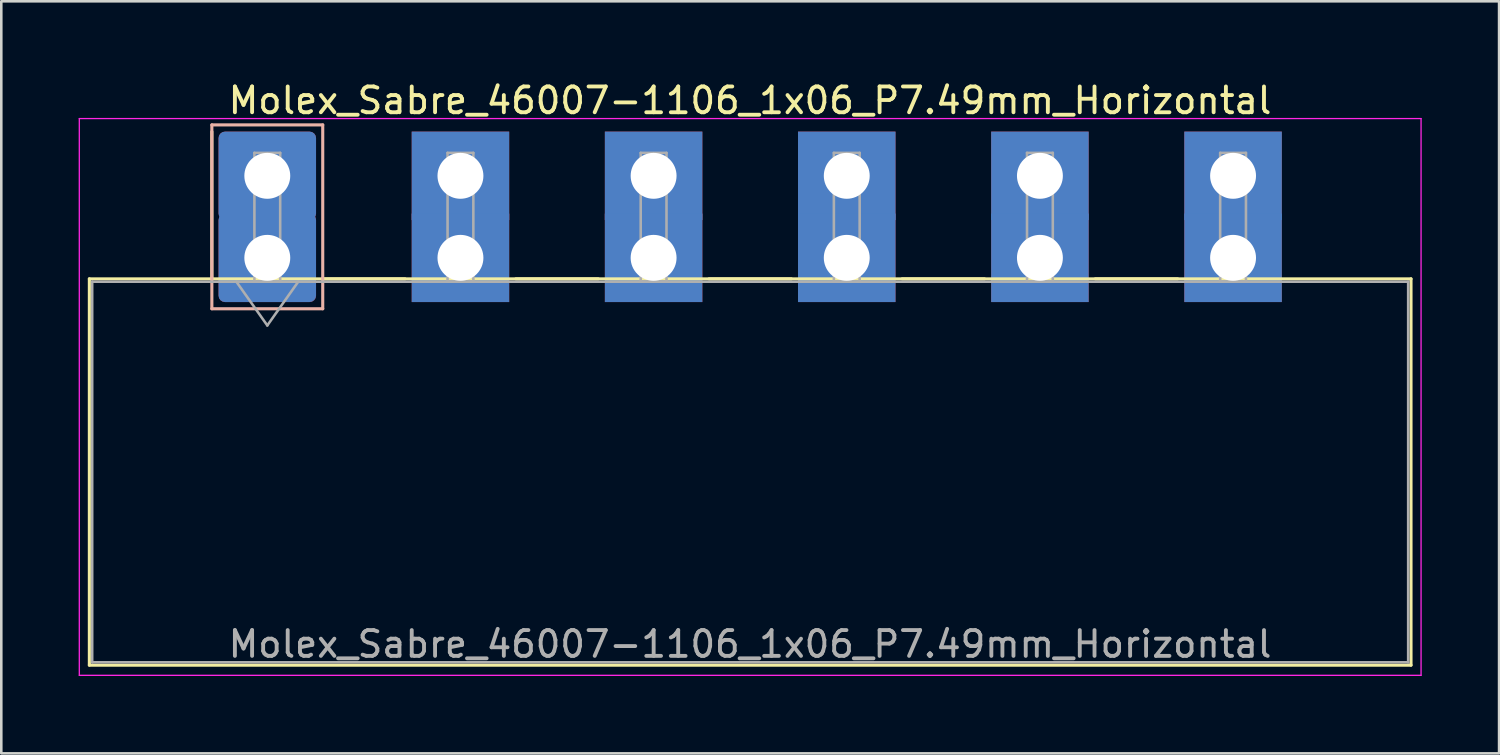
<source format=kicad_pcb>
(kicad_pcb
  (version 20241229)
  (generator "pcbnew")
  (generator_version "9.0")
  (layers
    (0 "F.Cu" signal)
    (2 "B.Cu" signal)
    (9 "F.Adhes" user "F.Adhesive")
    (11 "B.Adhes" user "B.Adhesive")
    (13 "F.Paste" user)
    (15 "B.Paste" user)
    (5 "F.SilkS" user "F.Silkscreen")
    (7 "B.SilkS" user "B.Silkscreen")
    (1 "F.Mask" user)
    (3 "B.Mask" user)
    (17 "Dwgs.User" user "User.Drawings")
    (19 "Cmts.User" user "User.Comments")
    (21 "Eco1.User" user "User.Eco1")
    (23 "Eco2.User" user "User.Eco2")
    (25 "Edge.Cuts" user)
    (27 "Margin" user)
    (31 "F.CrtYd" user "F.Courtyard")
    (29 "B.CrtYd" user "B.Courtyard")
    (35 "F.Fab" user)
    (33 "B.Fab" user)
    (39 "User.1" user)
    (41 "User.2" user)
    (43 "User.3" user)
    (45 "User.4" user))
  (footprint "Molex_Sabre_46007-1106_1x06_P7.49mm_Horizontal"
    (layer "F.Cu")
    (at 7.315 6.948)
    (property "Reference" "Molex_Sabre_46007-1106_1x06_P7.49mm_Horizontal" (at 18.72 -6.1 0) (layer "F.SilkS") (effects (font (size 1 1) (thickness 0.15))))
    (attr through_hole)
    (fp_line (start -6.9 0.815) (end -6.9 15.795) (stroke (width 0.12) (type solid)) (layer "F.SilkS"))
    (fp_line (start -6.9 15.795) (end 44.35 15.795) (stroke (width 0.12) (type solid)) (layer "F.SilkS"))
    (fp_line (start -2.15 0.815) (end -2.15 -4.895) (stroke (width 0.12) (type solid)) (layer "F.SilkS"))
    (fp_line (start 2.15 0.815) (end 5.34 0.815) (stroke (width 0.12) (type solid)) (layer "F.SilkS"))
    (fp_line (start 9.64 0.815) (end 12.83 0.815) (stroke (width 0.12) (type solid)) (layer "F.SilkS"))
    (fp_line (start 17.13 0.815) (end 20.32 0.815) (stroke (width 0.12) (type solid)) (layer "F.SilkS"))
    (fp_line (start 24.62 0.815) (end 27.81 0.815) (stroke (width 0.12) (type solid)) (layer "F.SilkS"))
    (fp_line (start 32.11 0.815) (end 35.3 0.815) (stroke (width 0.12) (type solid)) (layer "F.SilkS"))
    (fp_line (start 44.35 0.815) (end -6.9 0.815) (stroke (width 0.12) (type solid)) (layer "F.SilkS"))
    (fp_line (start 44.35 15.795) (end 44.35 0.815) (stroke (width 0.12) (type solid)) (layer "F.SilkS"))
    (fp_line (start -2.15 -5.155) (end -2.15 1.975) (stroke (width 0.12) (type solid)) (layer "B.SilkS"))
    (fp_line (start -2.15 1.975) (end 2.15 1.975) (stroke (width 0.12) (type solid)) (layer "B.SilkS"))
    (fp_line (start 2.15 -5.155) (end -2.15 -5.155) (stroke (width 0.12) (type solid)) (layer "B.SilkS"))
    (fp_line (start 2.15 1.975) (end 2.15 -5.155) (stroke (width 0.12) (type solid)) (layer "B.SilkS"))
    (fp_line (start -7.29 -5.4) (end -7.29 16.19) (stroke (width 0.05) (type solid)) (layer "F.CrtYd"))
    (fp_line (start -7.29 16.19) (end 44.74 16.19) (stroke (width 0.05) (type solid)) (layer "F.CrtYd"))
    (fp_line (start 44.74 -5.4) (end -7.29 -5.4) (stroke (width 0.05) (type solid)) (layer "F.CrtYd"))
    (fp_line (start 44.74 16.19) (end 44.74 -5.4) (stroke (width 0.05) (type solid)) (layer "F.CrtYd"))
    (fp_line (start -6.79 0.925) (end -6.79 15.685) (stroke (width 0.1) (type solid)) (layer "F.Fab"))
    (fp_line (start -6.79 15.685) (end 44.24 15.685) (stroke (width 0.1) (type solid)) (layer "F.Fab"))
    (fp_line (start -1.2 0.925) (end 0 2.622) (stroke (width 0.1) (type solid)) (layer "F.Fab"))
    (fp_line (start -0.5 -4.07) (end 0.5 -4.07) (stroke (width 0.1) (type solid)) (layer "F.Fab"))
    (fp_line (start -0.5 0.925) (end -0.5 -4.07) (stroke (width 0.1) (type solid)) (layer "F.Fab"))
    (fp_line (start 0 2.622) (end 1.2 0.925) (stroke (width 0.1) (type solid)) (layer "F.Fab"))
    (fp_line (start 0.5 -4.07) (end 0.5 0.925) (stroke (width 0.1) (type solid)) (layer "F.Fab"))
    (fp_line (start 0.5 0.925) (end -0.5 0.925) (stroke (width 0.1) (type solid)) (layer "F.Fab"))
    (fp_line (start 6.99 -4.07) (end 7.99 -4.07) (stroke (width 0.1) (type solid)) (layer "F.Fab"))
    (fp_line (start 6.99 0.925) (end 6.99 -4.07) (stroke (width 0.1) (type solid)) (layer "F.Fab"))
    (fp_line (start 7.99 -4.07) (end 7.99 0.925) (stroke (width 0.1) (type solid)) (layer "F.Fab"))
    (fp_line (start 7.99 0.925) (end 6.99 0.925) (stroke (width 0.1) (type solid)) (layer "F.Fab"))
    (fp_line (start 14.48 -4.07) (end 15.48 -4.07) (stroke (width 0.1) (type solid)) (layer "F.Fab"))
    (fp_line (start 14.48 0.925) (end 14.48 -4.07) (stroke (width 0.1) (type solid)) (layer "F.Fab"))
    (fp_line (start 15.48 -4.07) (end 15.48 0.925) (stroke (width 0.1) (type solid)) (layer "F.Fab"))
    (fp_line (start 15.48 0.925) (end 14.48 0.925) (stroke (width 0.1) (type solid)) (layer "F.Fab"))
    (fp_line (start 21.97 -4.07) (end 22.97 -4.07) (stroke (width 0.1) (type solid)) (layer "F.Fab"))
    (fp_line (start 21.97 0.925) (end 21.97 -4.07) (stroke (width 0.1) (type solid)) (layer "F.Fab"))
    (fp_line (start 22.97 -4.07) (end 22.97 0.925) (stroke (width 0.1) (type solid)) (layer "F.Fab"))
    (fp_line (start 22.97 0.925) (end 21.97 0.925) (stroke (width 0.1) (type solid)) (layer "F.Fab"))
    (fp_line (start 29.46 -4.07) (end 30.46 -4.07) (stroke (width 0.1) (type solid)) (layer "F.Fab"))
    (fp_line (start 29.46 0.925) (end 29.46 -4.07) (stroke (width 0.1) (type solid)) (layer "F.Fab"))
    (fp_line (start 30.46 -4.07) (end 30.46 0.925) (stroke (width 0.1) (type solid)) (layer "F.Fab"))
    (fp_line (start 30.46 0.925) (end 29.46 0.925) (stroke (width 0.1) (type solid)) (layer "F.Fab"))
    (fp_line (start 36.95 -4.07) (end 37.95 -4.07) (stroke (width 0.1) (type solid)) (layer "F.Fab"))
    (fp_line (start 36.95 0.925) (end 36.95 -4.07) (stroke (width 0.1) (type solid)) (layer "F.Fab"))
    (fp_line (start 37.95 -4.07) (end 37.95 0.925) (stroke (width 0.1) (type solid)) (layer "F.Fab"))
    (fp_line (start 37.95 0.925) (end 36.95 0.925) (stroke (width 0.1) (type solid)) (layer "F.Fab"))
    (fp_line (start 44.24 0.925) (end -6.79 0.925) (stroke (width 0.1) (type solid)) (layer "F.Fab"))
    (fp_line (start 44.24 15.685) (end 44.24 0.925) (stroke (width 0.1) (type solid)) (layer "F.Fab"))
    (fp_text user "${REFERENCE}" (at 18.72 14.98 0) (layer "F.Fab") (effects (font (size 1 1) (thickness 0.15))))
    (pad "1" thru_hole roundrect (at 0 -3.18) (size 3.78 3.43) (drill 1.78) (layers "*.Cu" "*.Mask") (roundrect_rratio 0.073))
    (pad "1" thru_hole roundrect (at 0 0) (size 3.78 3.43) (drill 1.78) (layers "*.Cu" "*.Mask") (roundrect_rratio 0.073))
    (pad "2" thru_hole rect (at 7.49 -3.18) (size 3.78 3.43) (drill 1.78) (layers "*.Cu" "*.Mask"))
    (pad "2" thru_hole rect (at 7.49 0) (size 3.78 3.43) (drill 1.78) (layers "*.Cu" "*.Mask"))
    (pad "3" thru_hole rect (at 14.98 -3.18) (size 3.78 3.43) (drill 1.78) (layers "*.Cu" "*.Mask"))
    (pad "3" thru_hole rect (at 14.98 0) (size 3.78 3.43) (drill 1.78) (layers "*.Cu" "*.Mask"))
    (pad "4" thru_hole rect (at 22.47 -3.18) (size 3.78 3.43) (drill 1.78) (layers "*.Cu" "*.Mask"))
    (pad "4" thru_hole rect (at 22.47 0) (size 3.78 3.43) (drill 1.78) (layers "*.Cu" "*.Mask"))
    (pad "5" thru_hole rect (at 29.96 -3.18) (size 3.78 3.43) (drill 1.78) (layers "*.Cu" "*.Mask"))
    (pad "5" thru_hole rect (at 29.96 0) (size 3.78 3.43) (drill 1.78) (layers "*.Cu" "*.Mask"))
    (pad "6" thru_hole rect (at 37.45 -3.18) (size 3.78 3.43) (drill 1.78) (layers "*.Cu" "*.Mask"))
    (pad "6" thru_hole rect (at 37.45 0) (size 3.78 3.43) (drill 1.78) (layers "*.Cu" "*.Mask")))
  (gr_rect
    (start -3 -3)
    (end 55.08 26.163)
    (stroke (width 0.1) (type default))
    (fill no)
    (layer "Edge.Cuts")))
</source>
